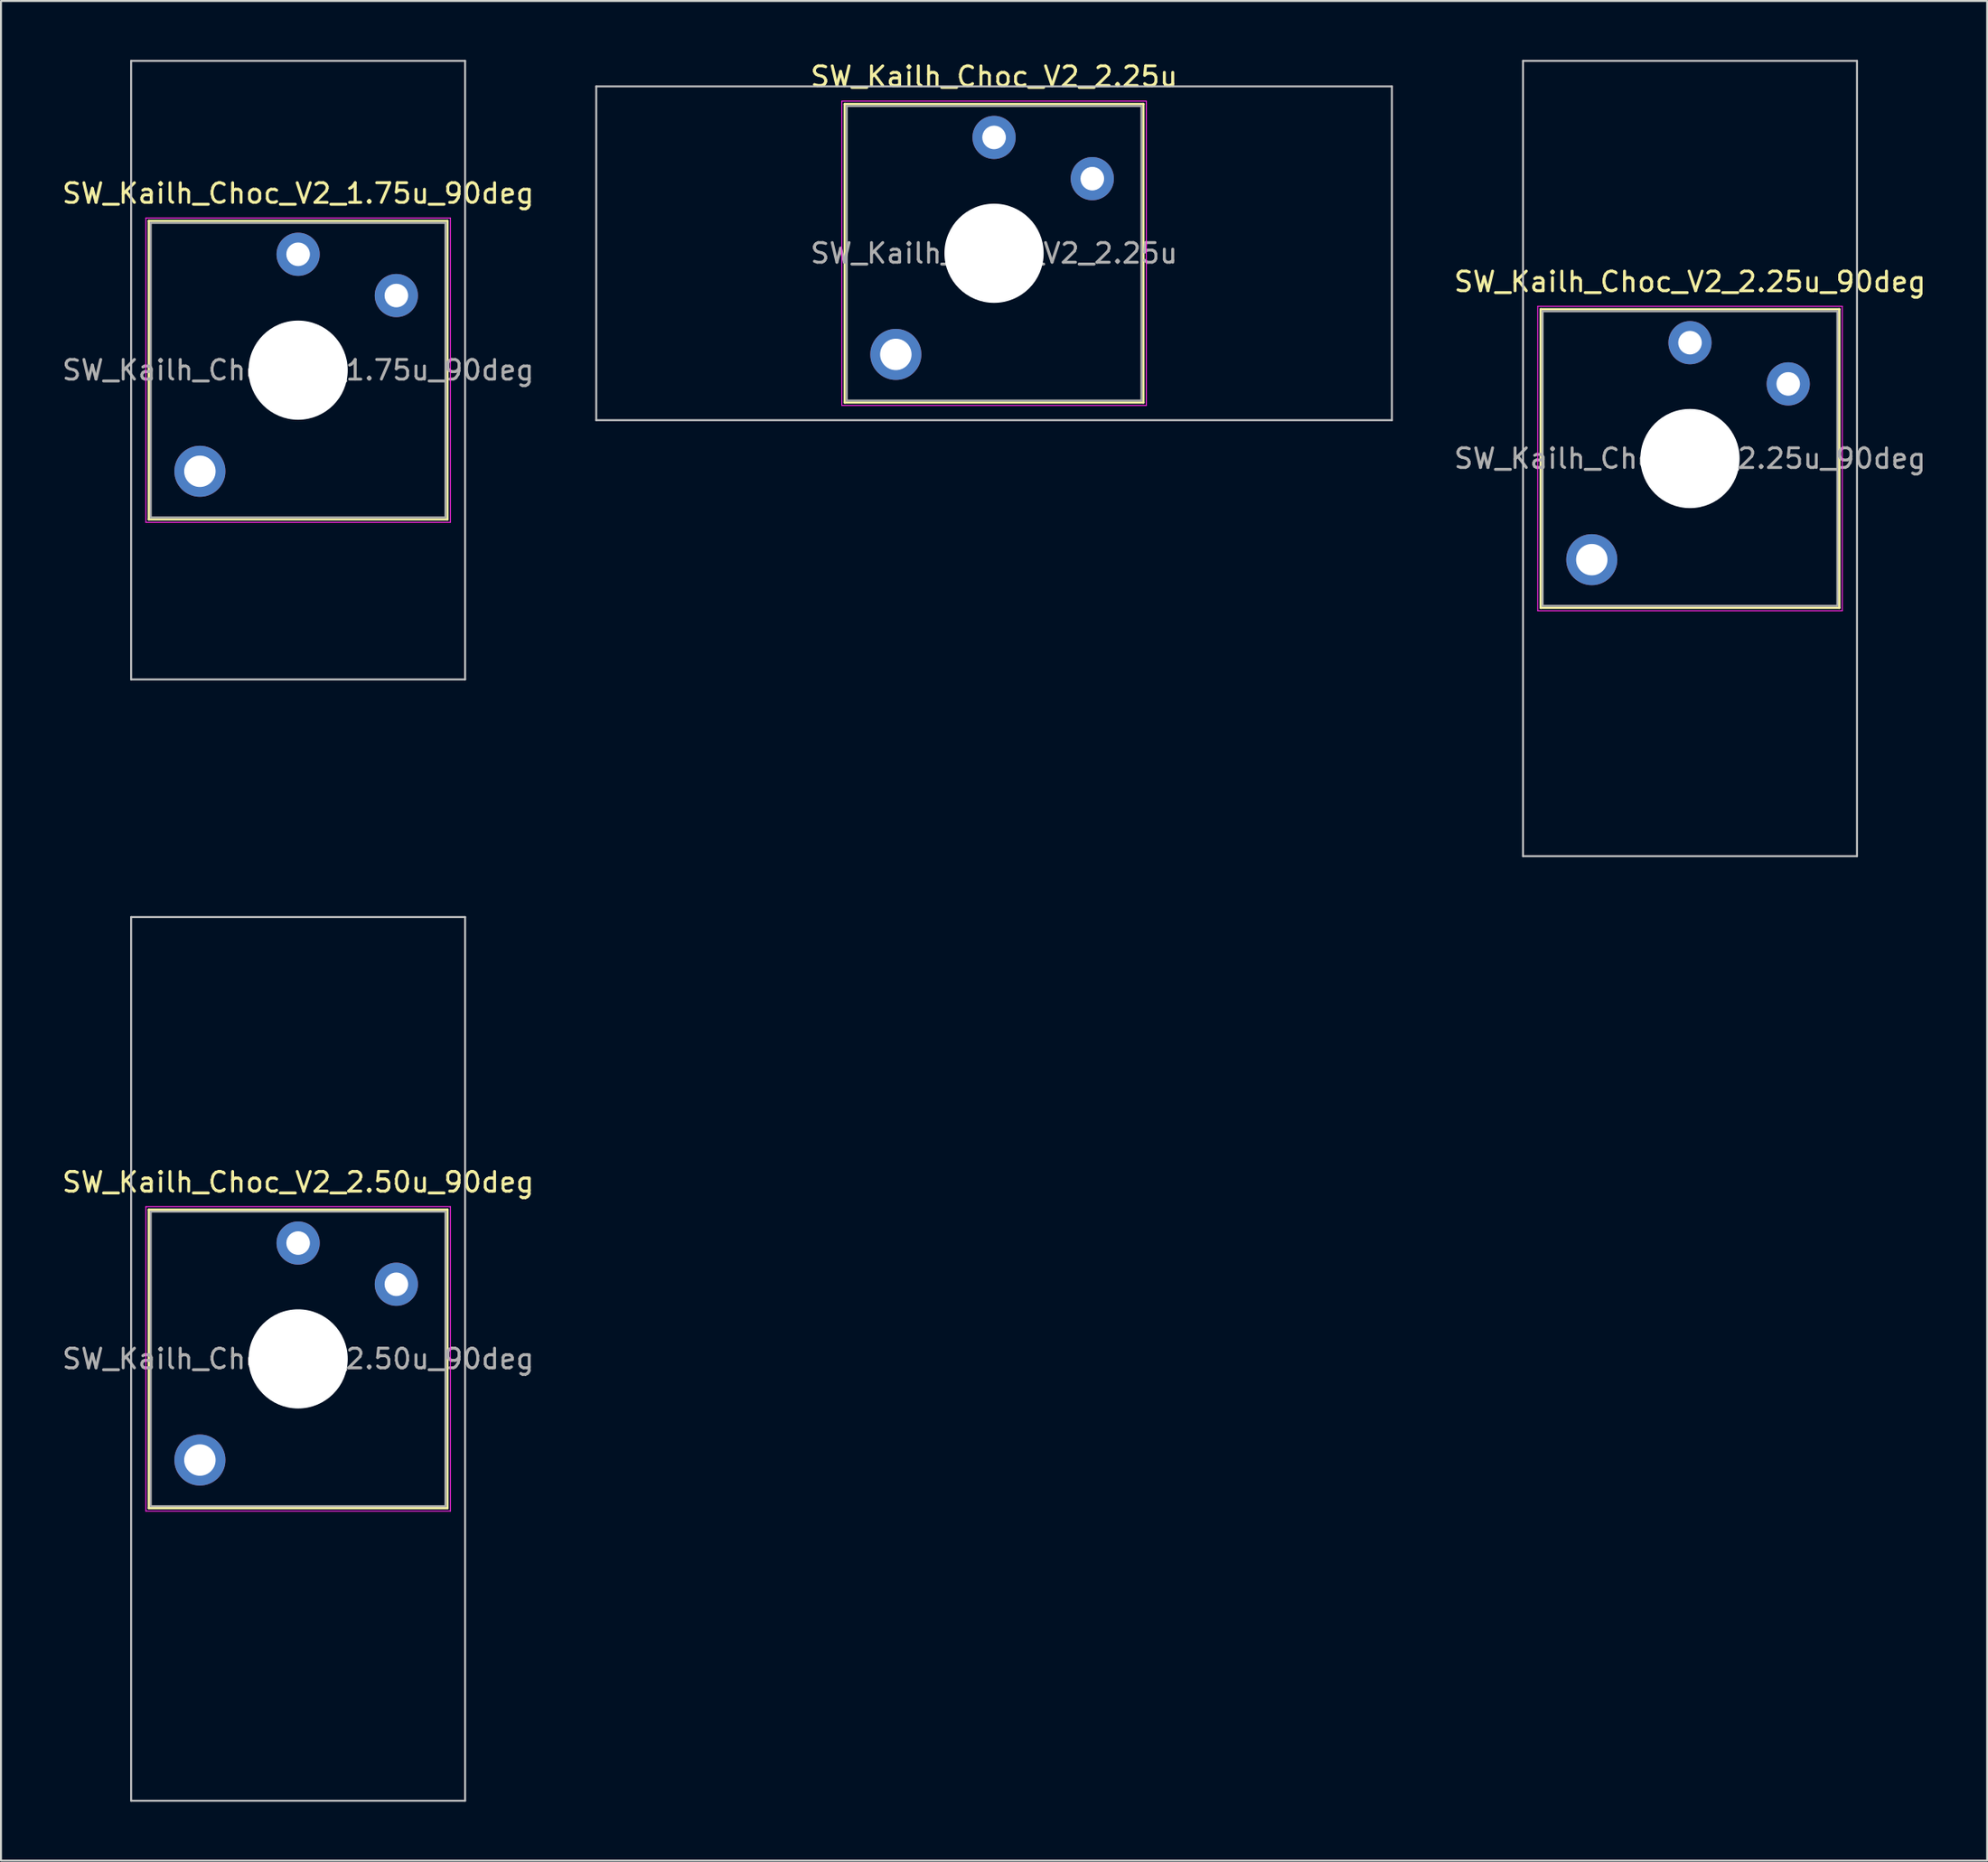
<source format=kicad_pcb>
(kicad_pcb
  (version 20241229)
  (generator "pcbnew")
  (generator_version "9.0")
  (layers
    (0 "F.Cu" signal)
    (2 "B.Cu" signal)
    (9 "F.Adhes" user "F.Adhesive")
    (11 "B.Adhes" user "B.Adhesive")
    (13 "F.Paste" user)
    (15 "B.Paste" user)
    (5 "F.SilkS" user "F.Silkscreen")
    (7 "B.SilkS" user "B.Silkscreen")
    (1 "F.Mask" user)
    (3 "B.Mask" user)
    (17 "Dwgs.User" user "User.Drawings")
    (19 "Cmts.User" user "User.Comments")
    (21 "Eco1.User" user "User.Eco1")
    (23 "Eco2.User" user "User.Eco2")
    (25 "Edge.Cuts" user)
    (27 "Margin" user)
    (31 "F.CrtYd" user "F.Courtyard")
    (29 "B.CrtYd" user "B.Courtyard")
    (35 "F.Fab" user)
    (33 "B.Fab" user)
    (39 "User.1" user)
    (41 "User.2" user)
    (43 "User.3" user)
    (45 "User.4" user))
  (footprint "SW_Kailh_Choc_V2_2.25u_90deg"
    (layer "F.Cu")
    (at 82.975 20.3)
    (property "Reference" "SW_Kailh_Choc_V2_2.25u_90deg" (at 0 -9 0) (layer "F.SilkS") (effects (font (size 1 1) (thickness 0.15))))
    (attr through_hole)
    (fp_line (start -7.6 -7.6) (end -7.6 7.6) (stroke (width 0.12) (type solid)) (layer "F.SilkS"))
    (fp_line (start -7.6 7.6) (end 7.6 7.6) (stroke (width 0.12) (type solid)) (layer "F.SilkS"))
    (fp_line (start 7.6 -7.6) (end -7.6 -7.6) (stroke (width 0.12) (type solid)) (layer "F.SilkS"))
    (fp_line (start 7.6 7.6) (end 7.6 -7.6) (stroke (width 0.12) (type solid)) (layer "F.SilkS"))
    (fp_line (start -8.5 -20.25) (end 8.5 -20.25) (stroke (width 0.1) (type solid)) (layer "Dwgs.User"))
    (fp_line (start -8.5 20.25) (end -8.5 -20.25) (stroke (width 0.1) (type solid)) (layer "Dwgs.User"))
    (fp_line (start 8.5 -20.25) (end 8.5 20.25) (stroke (width 0.1) (type solid)) (layer "Dwgs.User"))
    (fp_line (start 8.5 20.25) (end -8.5 20.25) (stroke (width 0.1) (type solid)) (layer "Dwgs.User"))
    (fp_line (start -7.25 -7.25) (end -7.25 7.25) (stroke (width 0.1) (type solid)) (layer "Eco1.User"))
    (fp_line (start -7.25 7.25) (end 7.25 7.25) (stroke (width 0.1) (type solid)) (layer "Eco1.User"))
    (fp_line (start 7.25 -7.25) (end -7.25 -7.25) (stroke (width 0.1) (type solid)) (layer "Eco1.User"))
    (fp_line (start 7.25 7.25) (end 7.25 -7.25) (stroke (width 0.1) (type solid)) (layer "Eco1.User"))
    (fp_line (start -7.75 -7.75) (end -7.75 7.75) (stroke (width 0.05) (type solid)) (layer "F.CrtYd"))
    (fp_line (start -7.75 7.75) (end 7.75 7.75) (stroke (width 0.05) (type solid)) (layer "F.CrtYd"))
    (fp_line (start 7.75 -7.75) (end -7.75 -7.75) (stroke (width 0.05) (type solid)) (layer "F.CrtYd"))
    (fp_line (start 7.75 7.75) (end 7.75 -7.75) (stroke (width 0.05) (type solid)) (layer "F.CrtYd"))
    (fp_line (start -7.5 -7.5) (end -7.5 7.5) (stroke (width 0.1) (type solid)) (layer "F.Fab"))
    (fp_line (start -7.5 7.5) (end 7.5 7.5) (stroke (width 0.1) (type solid)) (layer "F.Fab"))
    (fp_line (start 7.5 -7.5) (end -7.5 -7.5) (stroke (width 0.1) (type solid)) (layer "F.Fab"))
    (fp_line (start 7.5 7.5) (end 7.5 -7.5) (stroke (width 0.1) (type solid)) (layer "F.Fab"))
    (fp_text user "${REFERENCE}" (at 0 0 0) (layer "F.Fab") (effects (font (size 1 1) (thickness 0.15))))
    (pad "" smd circle (at -5 5.15) (size 1.65 1.65) (layers "F.Mask"))
    (pad "" thru_hole circle (at -5 5.15) (size 2.6 2.6) (drill 1.6) (layers "*.Cu" "B.Mask"))
    (pad "" smd circle (at 0 -5.9) (size 1.25 1.25) (layers "F.Mask"))
    (pad "" np_thru_hole circle (at 0 0) (size 5.05 5.05) (drill 5.05) (layers "*.Cu" "*.Mask"))
    (pad "" smd circle (at 5 -3.8) (size 1.25 1.25) (layers "F.Mask"))
    (pad "1" thru_hole circle (at 0 -5.9) (size 2.2 2.2) (drill 1.2) (layers "*.Cu" "B.Mask"))
    (pad "2" thru_hole circle (at 5 -3.8) (size 2.2 2.2) (drill 1.2) (layers "*.Cu" "B.Mask")))
  (footprint "SW_Kailh_Choc_V2_2.25u"
    (layer "F.Cu")
    (at 47.55 9.848)
    (property "Reference" "SW_Kailh_Choc_V2_2.25u" (at 0 -9 0) (layer "F.SilkS") (effects (font (size 1 1) (thickness 0.15))))
    (attr through_hole)
    (fp_line (start -7.6 -7.6) (end -7.6 7.6) (stroke (width 0.12) (type solid)) (layer "F.SilkS"))
    (fp_line (start -7.6 7.6) (end 7.6 7.6) (stroke (width 0.12) (type solid)) (layer "F.SilkS"))
    (fp_line (start 7.6 -7.6) (end -7.6 -7.6) (stroke (width 0.12) (type solid)) (layer "F.SilkS"))
    (fp_line (start 7.6 7.6) (end 7.6 -7.6) (stroke (width 0.12) (type solid)) (layer "F.SilkS"))
    (fp_line (start -20.25 -8.5) (end -20.25 8.5) (stroke (width 0.1) (type solid)) (layer "Dwgs.User"))
    (fp_line (start -20.25 8.5) (end 20.25 8.5) (stroke (width 0.1) (type solid)) (layer "Dwgs.User"))
    (fp_line (start 20.25 -8.5) (end -20.25 -8.5) (stroke (width 0.1) (type solid)) (layer "Dwgs.User"))
    (fp_line (start 20.25 8.5) (end 20.25 -8.5) (stroke (width 0.1) (type solid)) (layer "Dwgs.User"))
    (fp_line (start -7.25 -7.25) (end -7.25 7.25) (stroke (width 0.1) (type solid)) (layer "Eco1.User"))
    (fp_line (start -7.25 7.25) (end 7.25 7.25) (stroke (width 0.1) (type solid)) (layer "Eco1.User"))
    (fp_line (start 7.25 -7.25) (end -7.25 -7.25) (stroke (width 0.1) (type solid)) (layer "Eco1.User"))
    (fp_line (start 7.25 7.25) (end 7.25 -7.25) (stroke (width 0.1) (type solid)) (layer "Eco1.User"))
    (fp_line (start -7.75 -7.75) (end -7.75 7.75) (stroke (width 0.05) (type solid)) (layer "F.CrtYd"))
    (fp_line (start -7.75 7.75) (end 7.75 7.75) (stroke (width 0.05) (type solid)) (layer "F.CrtYd"))
    (fp_line (start 7.75 -7.75) (end -7.75 -7.75) (stroke (width 0.05) (type solid)) (layer "F.CrtYd"))
    (fp_line (start 7.75 7.75) (end 7.75 -7.75) (stroke (width 0.05) (type solid)) (layer "F.CrtYd"))
    (fp_line (start -7.5 -7.5) (end -7.5 7.5) (stroke (width 0.1) (type solid)) (layer "F.Fab"))
    (fp_line (start -7.5 7.5) (end 7.5 7.5) (stroke (width 0.1) (type solid)) (layer "F.Fab"))
    (fp_line (start 7.5 -7.5) (end -7.5 -7.5) (stroke (width 0.1) (type solid)) (layer "F.Fab"))
    (fp_line (start 7.5 7.5) (end 7.5 -7.5) (stroke (width 0.1) (type solid)) (layer "F.Fab"))
    (fp_text user "${REFERENCE}" (at 0 0 0) (layer "F.Fab") (effects (font (size 1 1) (thickness 0.15))))
    (pad "" smd circle (at -5 5.15) (size 1.65 1.65) (layers "F.Mask"))
    (pad "" thru_hole circle (at -5 5.15) (size 2.6 2.6) (drill 1.6) (layers "*.Cu" "B.Mask"))
    (pad "" smd circle (at 0 -5.9) (size 1.25 1.25) (layers "F.Mask"))
    (pad "" np_thru_hole circle (at 0 0) (size 5.05 5.05) (drill 5.05) (layers "*.Cu" "*.Mask"))
    (pad "" smd circle (at 5 -3.8) (size 1.25 1.25) (layers "F.Mask"))
    (pad "1" thru_hole circle (at 0 -5.9) (size 2.2 2.2) (drill 1.2) (layers "*.Cu" "B.Mask"))
    (pad "2" thru_hole circle (at 5 -3.8) (size 2.2 2.2) (drill 1.2) (layers "*.Cu" "B.Mask")))
  (footprint "SW_Kailh_Choc_V2_2.50u_90deg"
    (layer "F.Cu")
    (at 12.125 66.15)
    (property "Reference" "SW_Kailh_Choc_V2_2.50u_90deg" (at 0 -9 0) (layer "F.SilkS") (effects (font (size 1 1) (thickness 0.15))))
    (attr through_hole)
    (fp_line (start -7.6 -7.6) (end -7.6 7.6) (stroke (width 0.12) (type solid)) (layer "F.SilkS"))
    (fp_line (start -7.6 7.6) (end 7.6 7.6) (stroke (width 0.12) (type solid)) (layer "F.SilkS"))
    (fp_line (start 7.6 -7.6) (end -7.6 -7.6) (stroke (width 0.12) (type solid)) (layer "F.SilkS"))
    (fp_line (start 7.6 7.6) (end 7.6 -7.6) (stroke (width 0.12) (type solid)) (layer "F.SilkS"))
    (fp_line (start -8.5 -22.5) (end 8.5 -22.5) (stroke (width 0.1) (type solid)) (layer "Dwgs.User"))
    (fp_line (start -8.5 22.5) (end -8.5 -22.5) (stroke (width 0.1) (type solid)) (layer "Dwgs.User"))
    (fp_line (start 8.5 -22.5) (end 8.5 22.5) (stroke (width 0.1) (type solid)) (layer "Dwgs.User"))
    (fp_line (start 8.5 22.5) (end -8.5 22.5) (stroke (width 0.1) (type solid)) (layer "Dwgs.User"))
    (fp_line (start -7.25 -7.25) (end -7.25 7.25) (stroke (width 0.1) (type solid)) (layer "Eco1.User"))
    (fp_line (start -7.25 7.25) (end 7.25 7.25) (stroke (width 0.1) (type solid)) (layer "Eco1.User"))
    (fp_line (start 7.25 -7.25) (end -7.25 -7.25) (stroke (width 0.1) (type solid)) (layer "Eco1.User"))
    (fp_line (start 7.25 7.25) (end 7.25 -7.25) (stroke (width 0.1) (type solid)) (layer "Eco1.User"))
    (fp_line (start -7.75 -7.75) (end -7.75 7.75) (stroke (width 0.05) (type solid)) (layer "F.CrtYd"))
    (fp_line (start -7.75 7.75) (end 7.75 7.75) (stroke (width 0.05) (type solid)) (layer "F.CrtYd"))
    (fp_line (start 7.75 -7.75) (end -7.75 -7.75) (stroke (width 0.05) (type solid)) (layer "F.CrtYd"))
    (fp_line (start 7.75 7.75) (end 7.75 -7.75) (stroke (width 0.05) (type solid)) (layer "F.CrtYd"))
    (fp_line (start -7.5 -7.5) (end -7.5 7.5) (stroke (width 0.1) (type solid)) (layer "F.Fab"))
    (fp_line (start -7.5 7.5) (end 7.5 7.5) (stroke (width 0.1) (type solid)) (layer "F.Fab"))
    (fp_line (start 7.5 -7.5) (end -7.5 -7.5) (stroke (width 0.1) (type solid)) (layer "F.Fab"))
    (fp_line (start 7.5 7.5) (end 7.5 -7.5) (stroke (width 0.1) (type solid)) (layer "F.Fab"))
    (fp_text user "${REFERENCE}" (at 0 0 0) (layer "F.Fab") (effects (font (size 1 1) (thickness 0.15))))
    (pad "" smd circle (at -5 5.15) (size 1.65 1.65) (layers "F.Mask"))
    (pad "" thru_hole circle (at -5 5.15) (size 2.6 2.6) (drill 1.6) (layers "*.Cu" "B.Mask"))
    (pad "" smd circle (at 0 -5.9) (size 1.25 1.25) (layers "F.Mask"))
    (pad "" np_thru_hole circle (at 0 0) (size 5.05 5.05) (drill 5.05) (layers "*.Cu" "*.Mask"))
    (pad "" smd circle (at 5 -3.8) (size 1.25 1.25) (layers "F.Mask"))
    (pad "1" thru_hole circle (at 0 -5.9) (size 2.2 2.2) (drill 1.2) (layers "*.Cu" "B.Mask"))
    (pad "2" thru_hole circle (at 5 -3.8) (size 2.2 2.2) (drill 1.2) (layers "*.Cu" "B.Mask")))
  (footprint "SW_Kailh_Choc_V2_1.75u_90deg"
    (layer "F.Cu")
    (at 12.125 15.8)
    (property "Reference" "SW_Kailh_Choc_V2_1.75u_90deg" (at 0 -9 0) (layer "F.SilkS") (effects (font (size 1 1) (thickness 0.15))))
    (attr through_hole)
    (fp_line (start -7.6 -7.6) (end -7.6 7.6) (stroke (width 0.12) (type solid)) (layer "F.SilkS"))
    (fp_line (start -7.6 7.6) (end 7.6 7.6) (stroke (width 0.12) (type solid)) (layer "F.SilkS"))
    (fp_line (start 7.6 -7.6) (end -7.6 -7.6) (stroke (width 0.12) (type solid)) (layer "F.SilkS"))
    (fp_line (start 7.6 7.6) (end 7.6 -7.6) (stroke (width 0.12) (type solid)) (layer "F.SilkS"))
    (fp_line (start -8.5 -15.75) (end 8.5 -15.75) (stroke (width 0.1) (type solid)) (layer "Dwgs.User"))
    (fp_line (start -8.5 15.75) (end -8.5 -15.75) (stroke (width 0.1) (type solid)) (layer "Dwgs.User"))
    (fp_line (start 8.5 -15.75) (end 8.5 15.75) (stroke (width 0.1) (type solid)) (layer "Dwgs.User"))
    (fp_line (start 8.5 15.75) (end -8.5 15.75) (stroke (width 0.1) (type solid)) (layer "Dwgs.User"))
    (fp_line (start -7.25 -7.25) (end -7.25 7.25) (stroke (width 0.1) (type solid)) (layer "Eco1.User"))
    (fp_line (start -7.25 7.25) (end 7.25 7.25) (stroke (width 0.1) (type solid)) (layer "Eco1.User"))
    (fp_line (start 7.25 -7.25) (end -7.25 -7.25) (stroke (width 0.1) (type solid)) (layer "Eco1.User"))
    (fp_line (start 7.25 7.25) (end 7.25 -7.25) (stroke (width 0.1) (type solid)) (layer "Eco1.User"))
    (fp_line (start -7.75 -7.75) (end -7.75 7.75) (stroke (width 0.05) (type solid)) (layer "F.CrtYd"))
    (fp_line (start -7.75 7.75) (end 7.75 7.75) (stroke (width 0.05) (type solid)) (layer "F.CrtYd"))
    (fp_line (start 7.75 -7.75) (end -7.75 -7.75) (stroke (width 0.05) (type solid)) (layer "F.CrtYd"))
    (fp_line (start 7.75 7.75) (end 7.75 -7.75) (stroke (width 0.05) (type solid)) (layer "F.CrtYd"))
    (fp_line (start -7.5 -7.5) (end -7.5 7.5) (stroke (width 0.1) (type solid)) (layer "F.Fab"))
    (fp_line (start -7.5 7.5) (end 7.5 7.5) (stroke (width 0.1) (type solid)) (layer "F.Fab"))
    (fp_line (start 7.5 -7.5) (end -7.5 -7.5) (stroke (width 0.1) (type solid)) (layer "F.Fab"))
    (fp_line (start 7.5 7.5) (end 7.5 -7.5) (stroke (width 0.1) (type solid)) (layer "F.Fab"))
    (fp_text user "${REFERENCE}" (at 0 0 0) (layer "F.Fab") (effects (font (size 1 1) (thickness 0.15))))
    (pad "" smd circle (at -5 5.15) (size 1.65 1.65) (layers "F.Mask"))
    (pad "" thru_hole circle (at -5 5.15) (size 2.6 2.6) (drill 1.6) (layers "*.Cu" "B.Mask"))
    (pad "" smd circle (at 0 -5.9) (size 1.25 1.25) (layers "F.Mask"))
    (pad "" np_thru_hole circle (at 0 0) (size 5.05 5.05) (drill 5.05) (layers "*.Cu" "*.Mask"))
    (pad "" smd circle (at 5 -3.8) (size 1.25 1.25) (layers "F.Mask"))
    (pad "1" thru_hole circle (at 0 -5.9) (size 2.2 2.2) (drill 1.2) (layers "*.Cu" "B.Mask"))
    (pad "2" thru_hole circle (at 5 -3.8) (size 2.2 2.2) (drill 1.2) (layers "*.Cu" "B.Mask")))
  (gr_rect
    (start -3 -3)
    (end 98.1 91.7)
    (stroke (width 0.1) (type default))
    (fill no)
    (layer "Edge.Cuts")))
</source>
